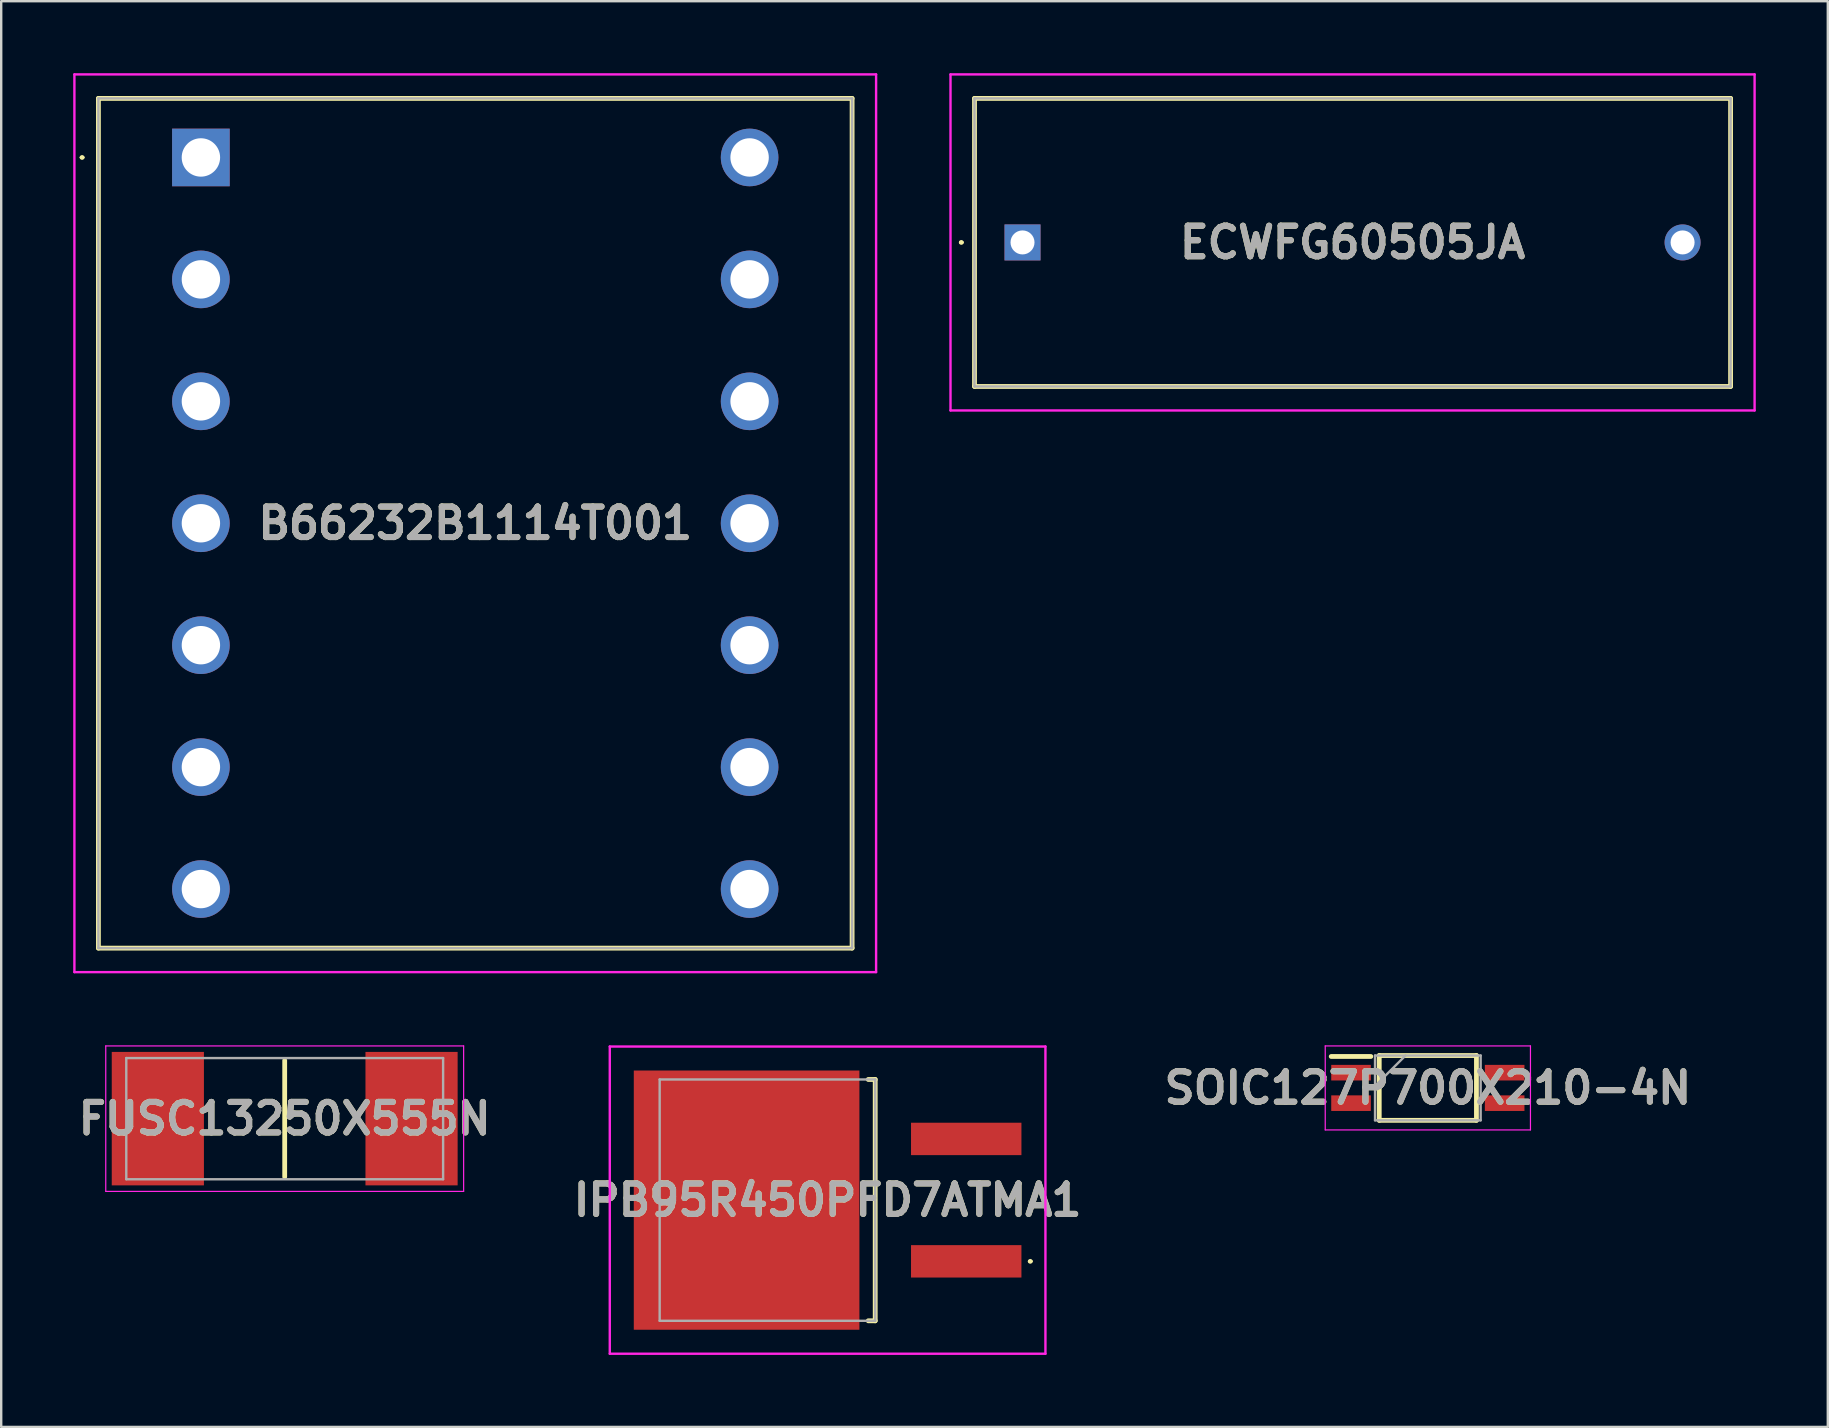
<source format=kicad_pcb>
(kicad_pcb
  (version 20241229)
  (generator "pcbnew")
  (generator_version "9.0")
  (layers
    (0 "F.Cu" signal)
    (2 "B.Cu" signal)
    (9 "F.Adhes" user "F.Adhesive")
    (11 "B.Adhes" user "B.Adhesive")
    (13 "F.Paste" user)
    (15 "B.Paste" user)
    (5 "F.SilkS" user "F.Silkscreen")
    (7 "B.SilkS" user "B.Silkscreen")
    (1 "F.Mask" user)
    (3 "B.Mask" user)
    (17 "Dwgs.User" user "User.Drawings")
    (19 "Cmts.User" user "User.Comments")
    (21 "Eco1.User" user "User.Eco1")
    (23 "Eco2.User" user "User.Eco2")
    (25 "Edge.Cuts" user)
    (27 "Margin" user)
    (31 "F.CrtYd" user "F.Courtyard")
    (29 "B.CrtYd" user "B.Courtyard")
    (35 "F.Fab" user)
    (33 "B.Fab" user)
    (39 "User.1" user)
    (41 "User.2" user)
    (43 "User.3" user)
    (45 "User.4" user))
  (footprint "B66232B1114T001"
    (layer "F.Cu")
    (at 5.32 3.51)
    (property "Reference" "B66232B1114T001" (at 11.43 15.24 0) (layer "F.SilkS") (effects (font (size 1.27 1.27) (thickness 0.254))))
    (attr through_hole)
    (fp_line (start -5 0) (end -5 0) (stroke (width 0.1) (type solid)) (layer "F.SilkS"))
    (fp_line (start -4.9 0) (end -4.9 0) (stroke (width 0.1) (type solid)) (layer "F.SilkS"))
    (fp_line (start -4.27 -2.46) (end 27.13 -2.46) (stroke (width 0.2) (type solid)) (layer "F.SilkS"))
    (fp_line (start -4.27 32.94) (end -4.27 -2.46) (stroke (width 0.2) (type solid)) (layer "F.SilkS"))
    (fp_line (start 27.13 -2.46) (end 27.13 32.94) (stroke (width 0.2) (type solid)) (layer "F.SilkS"))
    (fp_line (start 27.13 32.94) (end -4.27 32.94) (stroke (width 0.2) (type solid)) (layer "F.SilkS"))
    (fp_arc (start -5 0) (mid -4.95 -0.05) (end -4.9 0) (stroke (width 0.1) (type solid)) (layer "F.SilkS"))
    (fp_arc (start -4.9 0) (mid -4.95 0.05) (end -5 0) (stroke (width 0.1) (type solid)) (layer "F.SilkS"))
    (fp_line (start -5.27 -3.46) (end 28.13 -3.46) (stroke (width 0.1) (type solid)) (layer "F.CrtYd"))
    (fp_line (start -5.27 33.94) (end -5.27 -3.46) (stroke (width 0.1) (type solid)) (layer "F.CrtYd"))
    (fp_line (start 28.13 -3.46) (end 28.13 33.94) (stroke (width 0.1) (type solid)) (layer "F.CrtYd"))
    (fp_line (start 28.13 33.94) (end -5.27 33.94) (stroke (width 0.1) (type solid)) (layer "F.CrtYd"))
    (fp_line (start -4.27 -2.46) (end 27.13 -2.46) (stroke (width 0.1) (type solid)) (layer "F.Fab"))
    (fp_line (start -4.27 32.94) (end -4.27 -2.46) (stroke (width 0.1) (type solid)) (layer "F.Fab"))
    (fp_line (start 27.13 -2.46) (end 27.13 32.94) (stroke (width 0.1) (type solid)) (layer "F.Fab"))
    (fp_line (start 27.13 32.94) (end -4.27 32.94) (stroke (width 0.1) (type solid)) (layer "F.Fab"))
    (fp_text user "${REFERENCE}" (at 11.43 15.24 0) (layer "F.Fab") (effects (font (size 1.27 1.27) (thickness 0.254))))
    (pad "1" thru_hole rect (at 0 0) (size 2.4 2.4) (drill 1.6) (layers "*.Cu" "*.Mask"))
    (pad "2" thru_hole circle (at 0 5.08) (size 2.4 2.4) (drill 1.6) (layers "*.Cu" "*.Mask"))
    (pad "3" thru_hole circle (at 0 10.16) (size 2.4 2.4) (drill 1.6) (layers "*.Cu" "*.Mask"))
    (pad "4" thru_hole circle (at 0 15.24) (size 2.4 2.4) (drill 1.6) (layers "*.Cu" "*.Mask"))
    (pad "5" thru_hole circle (at 0 20.32) (size 2.4 2.4) (drill 1.6) (layers "*.Cu" "*.Mask"))
    (pad "6" thru_hole circle (at 0 25.4) (size 2.4 2.4) (drill 1.6) (layers "*.Cu" "*.Mask"))
    (pad "7" thru_hole circle (at 0 30.48) (size 2.4 2.4) (drill 1.6) (layers "*.Cu" "*.Mask"))
    (pad "8" thru_hole circle (at 22.86 30.48) (size 2.4 2.4) (drill 1.6) (layers "*.Cu" "*.Mask"))
    (pad "9" thru_hole circle (at 22.86 25.4) (size 2.4 2.4) (drill 1.6) (layers "*.Cu" "*.Mask"))
    (pad "10" thru_hole circle (at 22.86 20.32) (size 2.4 2.4) (drill 1.6) (layers "*.Cu" "*.Mask"))
    (pad "11" thru_hole circle (at 22.86 15.24) (size 2.4 2.4) (drill 1.6) (layers "*.Cu" "*.Mask"))
    (pad "12" thru_hole circle (at 22.86 10.16) (size 2.4 2.4) (drill 1.6) (layers "*.Cu" "*.Mask"))
    (pad "13" thru_hole circle (at 22.86 5.08) (size 2.4 2.4) (drill 1.6) (layers "*.Cu" "*.Mask"))
    (pad "14" thru_hole circle (at 22.86 0) (size 2.4 2.4) (drill 1.6) (layers "*.Cu" "*.Mask")))
  (footprint "IPB95R450PFD7ATMA1"
    (layer "F.Cu")
    (at 28.923 46.95)
    (property "Reference" "IPB95R450PFD7ATMA1" (at 2.507 0 0) (layer "F.SilkS") (effects (font (size 1.27 1.27) (thickness 0.254))))
    (attr smd)
    (fp_line (start 4.2 5.027) (end 4.49 5.027) (stroke (width 0.2) (type solid)) (layer "F.SilkS"))
    (fp_line (start 4.49 -5.027) (end 4.2 -5.027) (stroke (width 0.2) (type solid)) (layer "F.SilkS"))
    (fp_line (start 4.49 5.027) (end 4.49 -5.027) (stroke (width 0.2) (type solid)) (layer "F.SilkS"))
    (fp_line (start 10.9 2.55) (end 10.9 2.55) (stroke (width 0.1) (type solid)) (layer "F.SilkS"))
    (fp_line (start 11 2.55) (end 11 2.55) (stroke (width 0.1) (type solid)) (layer "F.SilkS"))
    (fp_arc (start 10.9 2.55) (mid 10.95 2.5) (end 11 2.55) (stroke (width 0.1) (type solid)) (layer "F.SilkS"))
    (fp_arc (start 11 2.55) (mid 10.95 2.6) (end 10.9 2.55) (stroke (width 0.1) (type solid)) (layer "F.SilkS"))
    (fp_line (start -6.568 -6.4) (end 11.582 -6.4) (stroke (width 0.1) (type solid)) (layer "F.CrtYd"))
    (fp_line (start -6.568 6.4) (end -6.568 -6.4) (stroke (width 0.1) (type solid)) (layer "F.CrtYd"))
    (fp_line (start 11.582 -6.4) (end 11.582 6.4) (stroke (width 0.1) (type solid)) (layer "F.CrtYd"))
    (fp_line (start 11.582 6.4) (end -6.568 6.4) (stroke (width 0.1) (type solid)) (layer "F.CrtYd"))
    (fp_line (start -4.49 -5.027) (end -4.49 5.027) (stroke (width 0.1) (type solid)) (layer "F.Fab"))
    (fp_line (start -4.49 5.027) (end 4.49 5.027) (stroke (width 0.1) (type solid)) (layer "F.Fab"))
    (fp_line (start 4.49 -5.027) (end -4.49 -5.027) (stroke (width 0.1) (type solid)) (layer "F.Fab"))
    (fp_line (start 4.49 5.027) (end 4.49 -5.027) (stroke (width 0.1) (type solid)) (layer "F.Fab"))
    (fp_text user "${REFERENCE}" (at 2.507 0 0) (layer "F.Fab") (effects (font (size 1.27 1.27) (thickness 0.254))))
    (pad "1" smd rect (at 8.282 2.55 90) (size 1.35 4.6) (layers "F.Cu" "F.Mask" "F.Paste"))
    (pad "2" smd rect (at -0.868 0) (size 9.4 10.8) (layers "F.Cu" "F.Mask" "F.Paste"))
    (pad "3" smd rect (at 8.282 -2.55 90) (size 1.35 4.6) (layers "F.Cu" "F.Mask" "F.Paste")))
  (footprint "FUSC13250X555N"
    (layer "F.Cu")
    (at 8.811 43.555)
    (property "Reference" "FUSC13250X555N" (at 0 0 0) (layer "F.SilkS") (effects (font (size 1.27 1.27) (thickness 0.254))))
    (attr smd)
    (fp_line (start 0 -2.425) (end 0 2.425) (stroke (width 0.2) (type solid)) (layer "F.SilkS"))
    (fp_line (start -7.455 -3.03) (end 7.455 -3.03) (stroke (width 0.05) (type solid)) (layer "F.CrtYd"))
    (fp_line (start -7.455 3.03) (end -7.455 -3.03) (stroke (width 0.05) (type solid)) (layer "F.CrtYd"))
    (fp_line (start 7.455 -3.03) (end 7.455 3.03) (stroke (width 0.05) (type solid)) (layer "F.CrtYd"))
    (fp_line (start 7.455 3.03) (end -7.455 3.03) (stroke (width 0.05) (type solid)) (layer "F.CrtYd"))
    (fp_line (start -6.6 -2.525) (end 6.6 -2.525) (stroke (width 0.1) (type solid)) (layer "F.Fab"))
    (fp_line (start -6.6 2.525) (end -6.6 -2.525) (stroke (width 0.1) (type solid)) (layer "F.Fab"))
    (fp_line (start 6.6 -2.525) (end 6.6 2.525) (stroke (width 0.1) (type solid)) (layer "F.Fab"))
    (fp_line (start 6.6 2.525) (end -6.6 2.525) (stroke (width 0.1) (type solid)) (layer "F.Fab"))
    (fp_text user "${REFERENCE}" (at 0 0 0) (layer "F.Fab") (effects (font (size 1.27 1.27) (thickness 0.254))))
    (pad "1" smd rect (at -5.285 0) (size 3.84 5.56) (layers "F.Cu" "F.Mask" "F.Paste"))
    (pad "2" smd rect (at 5.285 0) (size 3.84 5.56) (layers "F.Cu" "F.Mask" "F.Paste")))
  (footprint "SOIC127P700X210-4N"
    (layer "F.Cu")
    (at 56.437 42.275)
    (property "Reference" "SOIC127P700X210-4N" (at 0 0 0) (layer "F.SilkS") (effects (font (size 1.27 1.27) (thickness 0.254))))
    (attr smd)
    (fp_line (start -4.025 -1.31) (end -2.375 -1.31) (stroke (width 0.2) (type solid)) (layer "F.SilkS"))
    (fp_line (start -2.025 -1.35) (end 2.025 -1.35) (stroke (width 0.2) (type solid)) (layer "F.SilkS"))
    (fp_line (start -2.025 1.35) (end -2.025 -1.35) (stroke (width 0.2) (type solid)) (layer "F.SilkS"))
    (fp_line (start 2.025 -1.35) (end 2.025 1.35) (stroke (width 0.2) (type solid)) (layer "F.SilkS"))
    (fp_line (start 2.025 1.35) (end -2.025 1.35) (stroke (width 0.2) (type solid)) (layer "F.SilkS"))
    (fp_line (start -4.275 -1.75) (end 4.275 -1.75) (stroke (width 0.05) (type solid)) (layer "F.CrtYd"))
    (fp_line (start -4.275 1.75) (end -4.275 -1.75) (stroke (width 0.05) (type solid)) (layer "F.CrtYd"))
    (fp_line (start 4.275 -1.75) (end 4.275 1.75) (stroke (width 0.05) (type solid)) (layer "F.CrtYd"))
    (fp_line (start 4.275 1.75) (end -4.275 1.75) (stroke (width 0.05) (type solid)) (layer "F.CrtYd"))
    (fp_line (start -2.2 -1.35) (end 2.2 -1.35) (stroke (width 0.1) (type solid)) (layer "F.Fab"))
    (fp_line (start -2.2 -0.08) (end -0.93 -1.35) (stroke (width 0.1) (type solid)) (layer "F.Fab"))
    (fp_line (start -2.2 1.35) (end -2.2 -1.35) (stroke (width 0.1) (type solid)) (layer "F.Fab"))
    (fp_line (start 2.2 -1.35) (end 2.2 1.35) (stroke (width 0.1) (type solid)) (layer "F.Fab"))
    (fp_line (start 2.2 1.35) (end -2.2 1.35) (stroke (width 0.1) (type solid)) (layer "F.Fab"))
    (fp_text user "${REFERENCE}" (at 0 0 0) (layer "F.Fab") (effects (font (size 1.27 1.27) (thickness 0.254))))
    (pad "1" smd rect (at -3.2 -0.635 90) (size 0.65 1.65) (layers "F.Cu" "F.Mask" "F.Paste"))
    (pad "2" smd rect (at -3.2 0.635 90) (size 0.65 1.65) (layers "F.Cu" "F.Mask" "F.Paste"))
    (pad "3" smd rect (at 3.2 0.635 90) (size 0.65 1.65) (layers "F.Cu" "F.Mask" "F.Paste"))
    (pad "4" smd rect (at 3.2 -0.635 90) (size 0.65 1.65) (layers "F.Cu" "F.Mask" "F.Paste")))
  (footprint "ECWFG60505JA"
    (layer "F.Cu")
    (at 39.55 7.05)
    (property "Reference" "ECWFG60505JA" (at 13.75 0 0) (layer "F.SilkS") (effects (font (size 1.27 1.27) (thickness 0.254))))
    (attr through_hole)
    (fp_line (start -2.6 0) (end -2.6 0) (stroke (width 0.1) (type solid)) (layer "F.SilkS"))
    (fp_line (start -2.5 0) (end -2.5 0) (stroke (width 0.1) (type solid)) (layer "F.SilkS"))
    (fp_line (start -2 -6) (end 29.5 -6) (stroke (width 0.2) (type solid)) (layer "F.SilkS"))
    (fp_line (start -2 6) (end -2 -6) (stroke (width 0.2) (type solid)) (layer "F.SilkS"))
    (fp_line (start 29.5 -6) (end 29.5 6) (stroke (width 0.2) (type solid)) (layer "F.SilkS"))
    (fp_line (start 29.5 6) (end -2 6) (stroke (width 0.2) (type solid)) (layer "F.SilkS"))
    (fp_arc (start -2.6 0) (mid -2.55 -0.05) (end -2.5 0) (stroke (width 0.1) (type solid)) (layer "F.SilkS"))
    (fp_arc (start -2.5 0) (mid -2.55 0.05) (end -2.6 0) (stroke (width 0.1) (type solid)) (layer "F.SilkS"))
    (fp_line (start -3 -7) (end 30.5 -7) (stroke (width 0.1) (type solid)) (layer "F.CrtYd"))
    (fp_line (start -3 7) (end -3 -7) (stroke (width 0.1) (type solid)) (layer "F.CrtYd"))
    (fp_line (start 30.5 -7) (end 30.5 7) (stroke (width 0.1) (type solid)) (layer "F.CrtYd"))
    (fp_line (start 30.5 7) (end -3 7) (stroke (width 0.1) (type solid)) (layer "F.CrtYd"))
    (fp_line (start -2 -6) (end 29.5 -6) (stroke (width 0.1) (type solid)) (layer "F.Fab"))
    (fp_line (start -2 6) (end -2 -6) (stroke (width 0.1) (type solid)) (layer "F.Fab"))
    (fp_line (start 29.5 -6) (end 29.5 6) (stroke (width 0.1) (type solid)) (layer "F.Fab"))
    (fp_line (start 29.5 6) (end -2 6) (stroke (width 0.1) (type solid)) (layer "F.Fab"))
    (fp_text user "${REFERENCE}" (at 13.75 0 0) (layer "F.Fab") (effects (font (size 1.27 1.27) (thickness 0.254))))
    (pad "1" thru_hole rect (at 0 0) (size 1.5 1.5) (drill 1) (layers "*.Cu" "*.Mask"))
    (pad "2" thru_hole circle (at 27.5 0) (size 1.5 1.5) (drill 1) (layers "*.Cu" "*.Mask")))
  (gr_rect
    (start -3 -3)
    (end 73.1 56.4)
    (stroke (width 0.1) (type default))
    (fill no)
    (layer "Edge.Cuts")))
</source>
